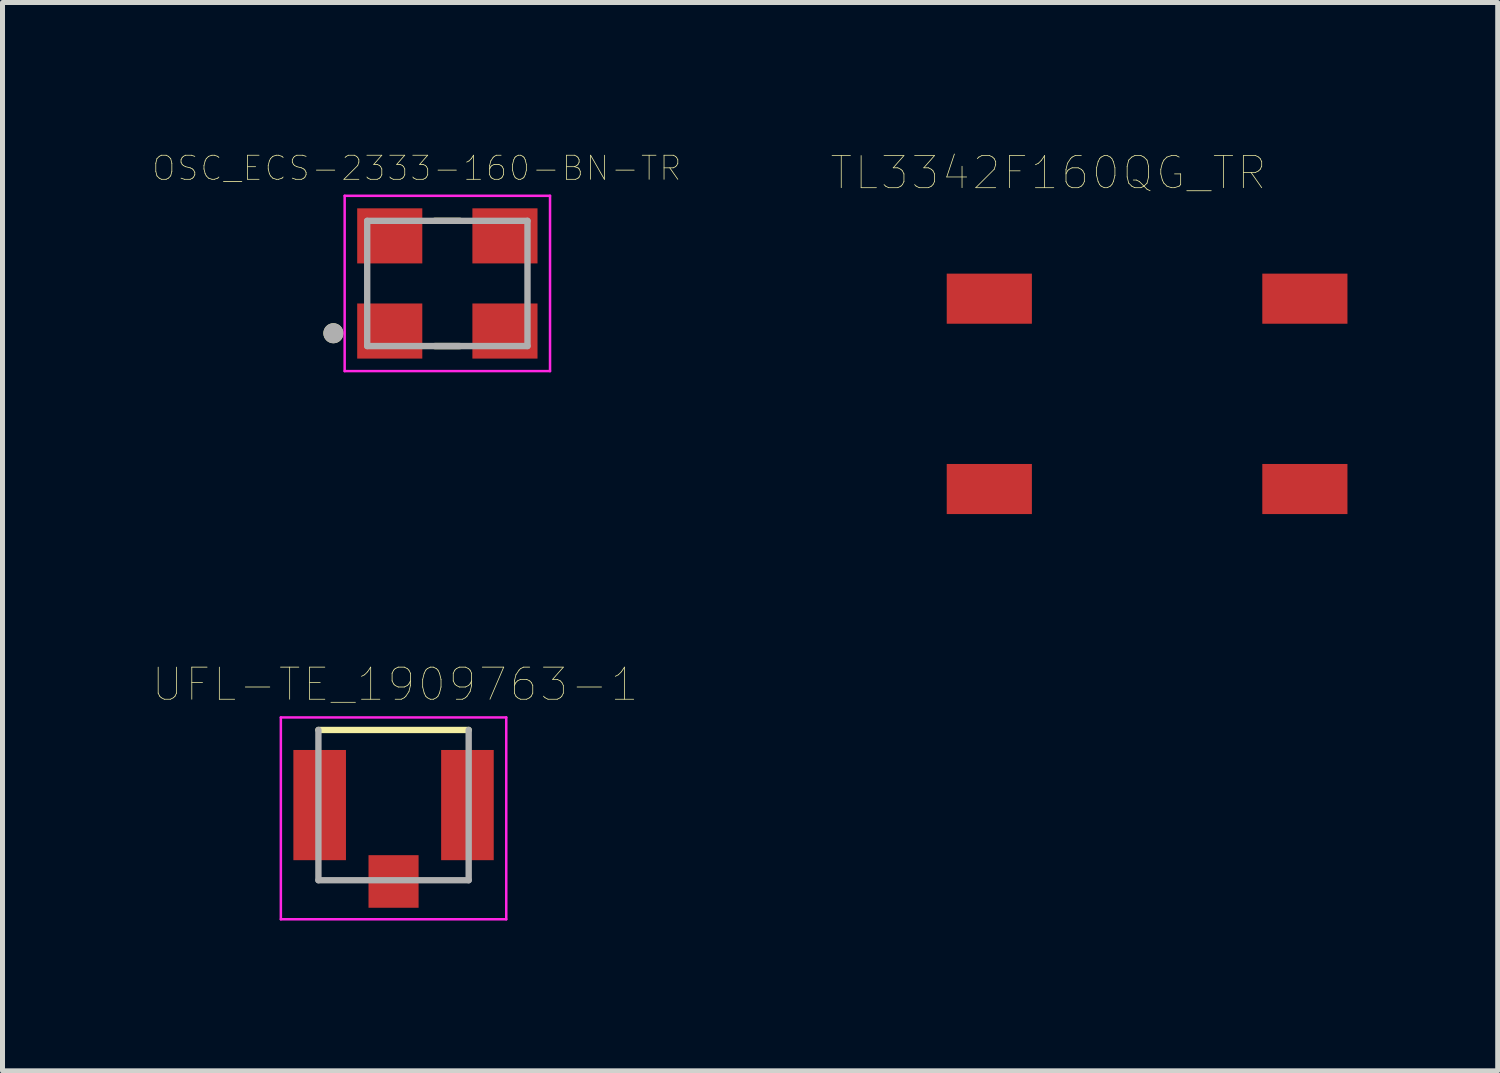
<source format=kicad_pcb>
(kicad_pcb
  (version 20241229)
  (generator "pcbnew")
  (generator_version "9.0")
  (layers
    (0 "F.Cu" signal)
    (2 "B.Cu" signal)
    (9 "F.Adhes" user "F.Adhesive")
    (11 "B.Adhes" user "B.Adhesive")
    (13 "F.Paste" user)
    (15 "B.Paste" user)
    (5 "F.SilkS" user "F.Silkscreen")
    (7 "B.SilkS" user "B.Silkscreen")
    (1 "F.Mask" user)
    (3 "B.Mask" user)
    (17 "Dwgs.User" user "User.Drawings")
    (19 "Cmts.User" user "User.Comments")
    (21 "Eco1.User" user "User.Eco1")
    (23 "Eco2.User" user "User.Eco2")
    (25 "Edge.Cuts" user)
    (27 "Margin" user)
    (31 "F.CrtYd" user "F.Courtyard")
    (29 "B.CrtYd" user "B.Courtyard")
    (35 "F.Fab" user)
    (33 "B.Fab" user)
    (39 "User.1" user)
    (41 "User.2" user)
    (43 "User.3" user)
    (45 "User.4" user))
  (footprint "OSC_ECS-2333-160-BN-TR"
    (layer "F.Cu")
    (at 5.881 2.609)
    (property "Reference" "OSC_ECS-2333-160-BN-TR" (at -0.61 -2.301 0) (layer "F.SilkS") (effects (font (size 0.481 0.481) (thickness 0.015))))
    (attr through_hole)
    (fp_line (start -0.25 -1.25) (end 0.25 -1.25) (stroke (width 0.127) (type solid)) (layer "F.SilkS"))
    (fp_line (start -0.25 1.25) (end 0.25 1.25) (stroke (width 0.127) (type solid)) (layer "F.SilkS"))
    (fp_circle (center -2.275 0.994) (end -2.175 0.994) (stroke (width 0.2) (type solid)) (fill no) (layer "F.SilkS"))
    (fp_line (start -2.05 -1.75) (end 2.05 -1.75) (stroke (width 0.05) (type solid)) (layer "F.CrtYd"))
    (fp_line (start -2.05 1.75) (end -2.05 -1.75) (stroke (width 0.05) (type solid)) (layer "F.CrtYd"))
    (fp_line (start 2.05 -1.75) (end 2.05 1.75) (stroke (width 0.05) (type solid)) (layer "F.CrtYd"))
    (fp_line (start 2.05 1.75) (end -2.05 1.75) (stroke (width 0.05) (type solid)) (layer "F.CrtYd"))
    (fp_line (start -1.6 -1.25) (end 1.6 -1.25) (stroke (width 0.127) (type solid)) (layer "F.Fab"))
    (fp_line (start -1.6 1.25) (end -1.6 -1.25) (stroke (width 0.127) (type solid)) (layer "F.Fab"))
    (fp_line (start 1.6 -1.25) (end 1.6 1.25) (stroke (width 0.127) (type solid)) (layer "F.Fab"))
    (fp_line (start 1.6 1.25) (end -1.6 1.25) (stroke (width 0.127) (type solid)) (layer "F.Fab"))
    (fp_circle (center -2.275 0.994) (end -2.175 0.994) (stroke (width 0.2) (type solid)) (fill no) (layer "F.Fab"))
    (pad "1" smd rect (at -1.15 0.95) (size 1.3 1.1) (layers "F.Cu" "F.Mask" "F.Paste"))
    (pad "2" smd rect (at 1.15 0.95) (size 1.3 1.1) (layers "F.Cu" "F.Mask" "F.Paste"))
    (pad "3" smd rect (at 1.15 -0.95) (size 1.3 1.1) (layers "F.Cu" "F.Mask" "F.Paste"))
    (pad "4" smd rect (at -1.15 -0.95) (size 1.3 1.1) (layers "F.Cu" "F.Mask" "F.Paste")))
  (footprint "TL3342F160QG_TR"
    (layer "F.Cu")
    (at 19.851 4.813)
    (property "Reference" "TL3342F160QG_TR" (at -1.97 -4.412 0) (layer "F.SilkS") (effects (font (size 0.641 0.641) (thickness 0.015))))
    (attr through_hole)
    (pad "1" smd rect (at -3.15 1.9) (size 1.7 1) (layers "F.Cu" "F.Mask" "F.Paste"))
    (pad "2" smd rect (at 3.15 1.9) (size 1.7 1) (layers "F.Cu" "F.Mask" "F.Paste"))
    (pad "3" smd rect (at -3.15 -1.9) (size 1.7 1) (layers "F.Cu" "F.Mask" "F.Paste"))
    (pad "4" smd rect (at 3.15 -1.9) (size 1.7 1) (layers "F.Cu" "F.Mask" "F.Paste")))
  (footprint "UFL-TE_1909763-1"
    (layer "F.Cu")
    (at 4.807 13.023)
    (property "Reference" "UFL-TE_1909763-1" (at 0.032 -2.409 0) (layer "F.SilkS") (effects (font (size 0.641 0.641) (thickness 0.015))))
    (attr through_hole)
    (fp_line (start -1.5 -1.5) (end 1.5 -1.5) (stroke (width 0.127) (type solid)) (layer "F.SilkS"))
    (fp_line (start -2.25 -1.75) (end 2.25 -1.75) (stroke (width 0.05) (type solid)) (layer "F.CrtYd"))
    (fp_line (start -2.25 2.28) (end -2.25 -1.75) (stroke (width 0.05) (type solid)) (layer "F.CrtYd"))
    (fp_line (start 2.25 -1.75) (end 2.25 2.28) (stroke (width 0.05) (type solid)) (layer "F.CrtYd"))
    (fp_line (start 2.25 2.28) (end -2.25 2.28) (stroke (width 0.05) (type solid)) (layer "F.CrtYd"))
    (fp_line (start -1.5 1.5) (end -1.5 -1.5) (stroke (width 0.127) (type solid)) (layer "F.Fab"))
    (fp_line (start 1.5 -1.5) (end 1.5 1.5) (stroke (width 0.127) (type solid)) (layer "F.Fab"))
    (fp_line (start 1.5 1.5) (end -1.5 1.5) (stroke (width 0.127) (type solid)) (layer "F.Fab"))
    (pad "1" smd rect (at 0 1.525) (size 1 1.05) (layers "F.Cu" "F.Mask" "F.Paste"))
    (pad "2" smd rect (at -1.475 0) (size 1.05 2.2) (layers "F.Cu" "F.Mask" "F.Paste"))
    (pad "3" smd rect (at 1.475 0) (size 1.05 2.2) (layers "F.Cu" "F.Mask" "F.Paste")))
  (gr_rect
    (start -3 -3)
    (end 26.851 18.328)
    (stroke (width 0.1) (type default))
    (fill no)
    (layer "Edge.Cuts")))
</source>
